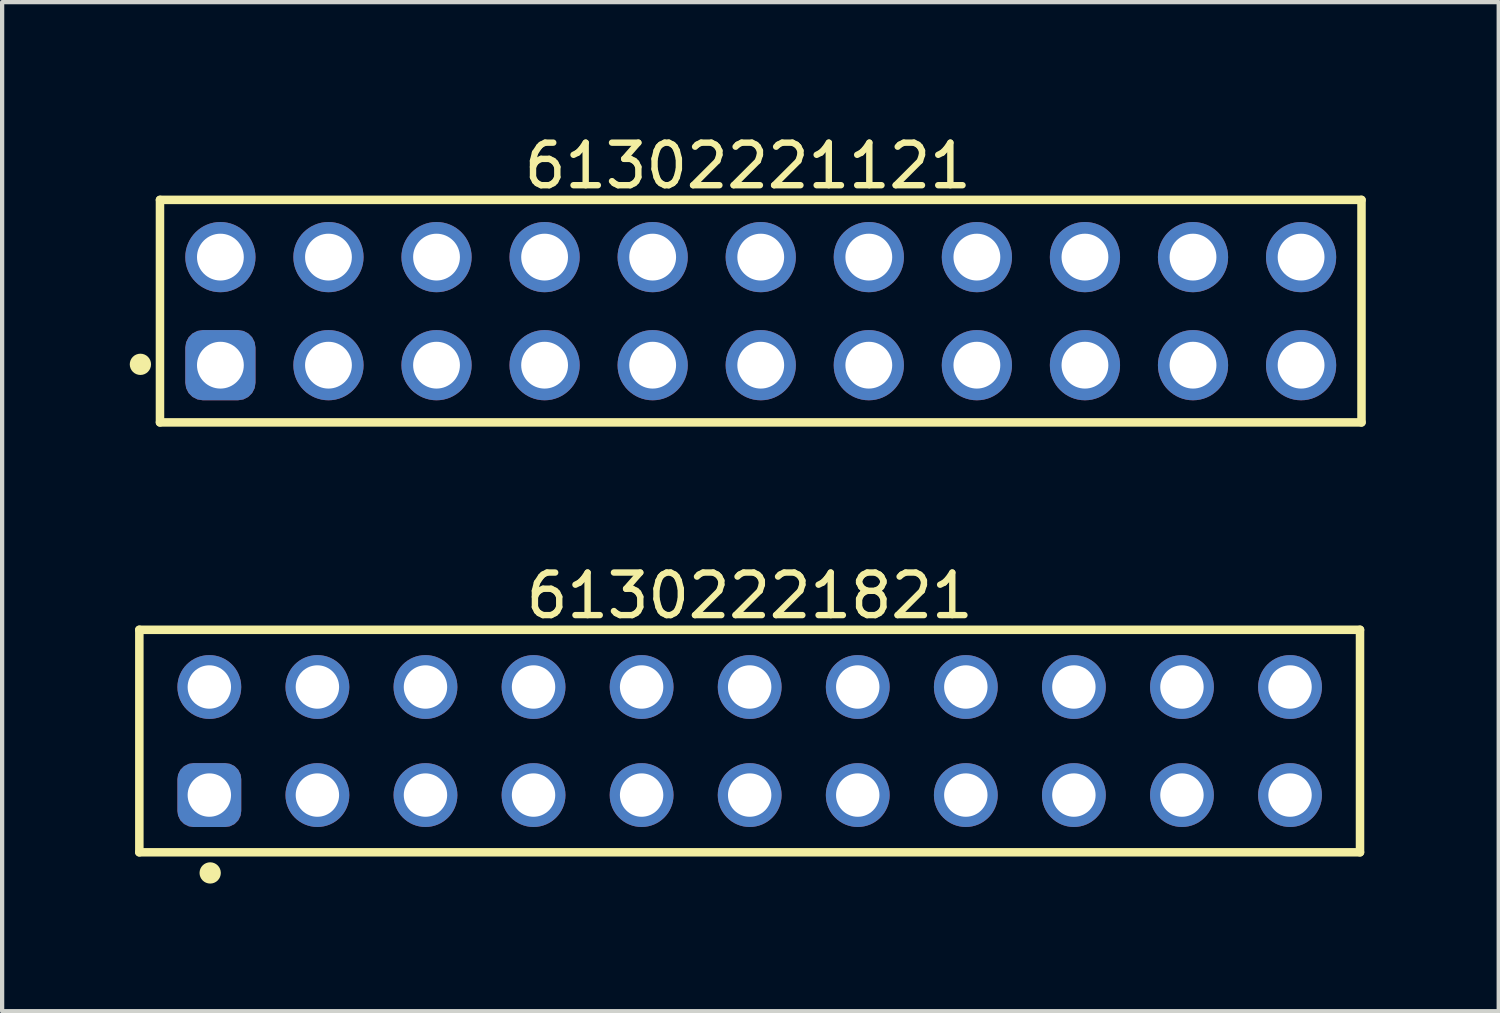
<source format=kicad_pcb>
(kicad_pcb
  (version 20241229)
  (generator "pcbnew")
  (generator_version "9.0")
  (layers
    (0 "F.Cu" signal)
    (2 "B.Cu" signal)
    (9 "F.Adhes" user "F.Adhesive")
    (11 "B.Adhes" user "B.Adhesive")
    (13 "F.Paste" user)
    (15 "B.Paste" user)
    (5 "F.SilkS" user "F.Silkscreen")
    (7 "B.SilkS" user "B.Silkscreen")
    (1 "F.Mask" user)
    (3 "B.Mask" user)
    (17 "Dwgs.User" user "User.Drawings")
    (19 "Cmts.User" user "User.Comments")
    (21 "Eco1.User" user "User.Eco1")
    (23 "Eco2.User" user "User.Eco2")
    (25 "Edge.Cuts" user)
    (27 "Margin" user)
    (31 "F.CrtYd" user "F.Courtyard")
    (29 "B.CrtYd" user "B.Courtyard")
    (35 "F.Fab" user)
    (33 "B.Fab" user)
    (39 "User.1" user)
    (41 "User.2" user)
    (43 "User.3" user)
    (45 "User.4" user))
  (footprint "61302221821"
    (layer "F.Cu")
    (at 14.57 14.367)
    (property "Reference" "61302221821" (at 0 -3.415 0) (layer "F.SilkS") (effects (font (size 1 1) (thickness 0.15))))
    (fp_line (start -14.345 -2.615) (end 14.345 -2.615) (stroke (width 0.2) (type solid)) (layer "F.SilkS"))
    (fp_line (start -14.345 2.615) (end -14.345 -2.615) (stroke (width 0.2) (type solid)) (layer "F.SilkS"))
    (fp_line (start -14.345 2.615) (end 14.345 2.615) (stroke (width 0.2) (type solid)) (layer "F.SilkS"))
    (fp_line (start 14.345 2.615) (end 14.345 -2.615) (stroke (width 0.2) (type solid)) (layer "F.SilkS"))
    (fp_circle (center -12.68 3.1) (end -12.68 2.975) (stroke (width 0.25) (type solid)) (fill no) (layer "F.SilkS"))
    (fp_line (start -14.545 -2.815) (end 14.545 -2.815) (stroke (width 0.05) (type solid)) (layer "Eco2.User"))
    (fp_line (start -14.545 2.815) (end -14.545 -2.815) (stroke (width 0.05) (type solid)) (layer "Eco2.User"))
    (fp_line (start -14.545 2.815) (end 14.545 2.815) (stroke (width 0.05) (type solid)) (layer "Eco2.User"))
    (fp_line (start -14.22 -2.54) (end 14.22 -2.54) (stroke (width 0.1) (type solid)) (layer "Eco2.User"))
    (fp_line (start -14.22 2.54) (end -14.22 -2.54) (stroke (width 0.1) (type solid)) (layer "Eco2.User"))
    (fp_line (start -14.22 2.54) (end 14.22 2.54) (stroke (width 0.1) (type solid)) (layer "Eco2.User"))
    (fp_line (start -0.5 0) (end 0.5 0) (stroke (width 0.05) (type solid)) (layer "Eco2.User"))
    (fp_line (start 0 0.5) (end 0 -0.5) (stroke (width 0.05) (type solid)) (layer "Eco2.User"))
    (fp_line (start 14.22 2.54) (end 14.22 -2.54) (stroke (width 0.1) (type solid)) (layer "Eco2.User"))
    (fp_line (start 14.545 2.815) (end 14.545 -2.815) (stroke (width 0.05) (type solid)) (layer "Eco2.User"))
    (fp_text user "${REFERENCE}" (at 0.15 -0.197 0) (unlocked yes) (layer "User.3") (effects (font (size 1.5 1.5) (thickness 0.15))))
    (pad "1" thru_hole roundrect (at -12.7 1.27) (size 1.5 1.5) (drill 1.02) (layers "*.Cu" "*.Mask") (roundrect_rratio 0.25))
    (pad "2" thru_hole circle (at -12.7 -1.27) (size 1.5 1.5) (drill 1.02) (layers "*.Cu" "*.Mask"))
    (pad "3" thru_hole circle (at -10.16 1.27) (size 1.5 1.5) (drill 1.02) (layers "*.Cu" "*.Mask"))
    (pad "4" thru_hole circle (at -10.16 -1.27) (size 1.5 1.5) (drill 1.02) (layers "*.Cu" "*.Mask"))
    (pad "5" thru_hole circle (at -7.62 1.27) (size 1.5 1.5) (drill 1.02) (layers "*.Cu" "*.Mask"))
    (pad "6" thru_hole circle (at -7.62 -1.27) (size 1.5 1.5) (drill 1.02) (layers "*.Cu" "*.Mask"))
    (pad "7" thru_hole circle (at -5.08 1.27) (size 1.5 1.5) (drill 1.02) (layers "*.Cu" "*.Mask"))
    (pad "8" thru_hole circle (at -5.08 -1.27) (size 1.5 1.5) (drill 1.02) (layers "*.Cu" "*.Mask"))
    (pad "9" thru_hole circle (at -2.54 1.27) (size 1.5 1.5) (drill 1.02) (layers "*.Cu" "*.Mask"))
    (pad "10" thru_hole circle (at -2.54 -1.27) (size 1.5 1.5) (drill 1.02) (layers "*.Cu" "*.Mask"))
    (pad "11" thru_hole circle (at 0 1.27) (size 1.5 1.5) (drill 1.02) (layers "*.Cu" "*.Mask"))
    (pad "12" thru_hole circle (at 0 -1.27) (size 1.5 1.5) (drill 1.02) (layers "*.Cu" "*.Mask"))
    (pad "13" thru_hole circle (at 2.54 1.27) (size 1.5 1.5) (drill 1.02) (layers "*.Cu" "*.Mask"))
    (pad "14" thru_hole circle (at 2.54 -1.27) (size 1.5 1.5) (drill 1.02) (layers "*.Cu" "*.Mask"))
    (pad "15" thru_hole circle (at 5.08 1.27) (size 1.5 1.5) (drill 1.02) (layers "*.Cu" "*.Mask"))
    (pad "16" thru_hole circle (at 5.08 -1.27) (size 1.5 1.5) (drill 1.02) (layers "*.Cu" "*.Mask"))
    (pad "17" thru_hole circle (at 7.62 1.27) (size 1.5 1.5) (drill 1.02) (layers "*.Cu" "*.Mask"))
    (pad "18" thru_hole circle (at 7.62 -1.27) (size 1.5 1.5) (drill 1.02) (layers "*.Cu" "*.Mask"))
    (pad "19" thru_hole circle (at 10.16 1.27) (size 1.5 1.5) (drill 1.02) (layers "*.Cu" "*.Mask"))
    (pad "20" thru_hole circle (at 10.16 -1.27) (size 1.5 1.5) (drill 1.02) (layers "*.Cu" "*.Mask"))
    (pad "21" thru_hole circle (at 12.7 1.27) (size 1.5 1.5) (drill 1.02) (layers "*.Cu" "*.Mask"))
    (pad "22" thru_hole circle (at 12.7 -1.27) (size 1.5 1.5) (drill 1.02) (layers "*.Cu" "*.Mask")))
  (footprint "61302221121"
    (layer "F.Cu")
    (at 14.83 4.263)
    (property "Reference" "61302221121" (at -0.305 -3.415 0) (layer "F.SilkS") (effects (font (size 1 1) (thickness 0.15))))
    (fp_line (start -14.12 -2.615) (end 14.12 -2.615) (stroke (width 0.2) (type solid)) (layer "F.SilkS"))
    (fp_line (start -14.12 2.615) (end -14.12 -2.615) (stroke (width 0.2) (type solid)) (layer "F.SilkS"))
    (fp_line (start -14.12 2.615) (end 14.12 2.615) (stroke (width 0.2) (type solid)) (layer "F.SilkS"))
    (fp_line (start 14.12 2.615) (end 14.12 -2.615) (stroke (width 0.2) (type solid)) (layer "F.SilkS"))
    (fp_circle (center -14.58 1.25) (end -14.58 1.125) (stroke (width 0.25) (type solid)) (fill no) (layer "F.SilkS"))
    (fp_line (start -14.32 -2.815) (end 14.32 -2.815) (stroke (width 0.05) (type solid)) (layer "Eco2.User"))
    (fp_line (start -14.32 2.815) (end -14.32 -2.815) (stroke (width 0.05) (type solid)) (layer "Eco2.User"))
    (fp_line (start -14.32 2.815) (end 14.32 2.815) (stroke (width 0.05) (type solid)) (layer "Eco2.User"))
    (fp_line (start -13.97 -2.54) (end 13.97 -2.54) (stroke (width 0.1) (type solid)) (layer "Eco2.User"))
    (fp_line (start -13.97 2.54) (end -13.97 -2.54) (stroke (width 0.1) (type solid)) (layer "Eco2.User"))
    (fp_line (start -13.97 2.54) (end 13.97 2.54) (stroke (width 0.1) (type solid)) (layer "Eco2.User"))
    (fp_line (start -0.5 0) (end 0.5 0) (stroke (width 0.05) (type solid)) (layer "Eco2.User"))
    (fp_line (start 0 0.5) (end 0 -0.5) (stroke (width 0.05) (type solid)) (layer "Eco2.User"))
    (fp_line (start 13.97 2.54) (end 13.97 -2.54) (stroke (width 0.1) (type solid)) (layer "Eco2.User"))
    (fp_line (start 14.32 2.815) (end 14.32 -2.815) (stroke (width 0.05) (type solid)) (layer "Eco2.User"))
    (fp_text user "${REFERENCE}" (at 0.15 -0.197 0) (unlocked yes) (layer "User.3") (effects (font (size 1.5 1.5) (thickness 0.15))))
    (pad "1" thru_hole roundrect (at -12.7 1.27) (size 1.65 1.65) (drill 1.1) (layers "*.Cu" "*.Mask") (roundrect_rratio 0.25))
    (pad "2" thru_hole circle (at -12.7 -1.27) (size 1.65 1.65) (drill 1.1) (layers "*.Cu" "*.Mask"))
    (pad "3" thru_hole circle (at -10.16 1.27) (size 1.65 1.65) (drill 1.1) (layers "*.Cu" "*.Mask"))
    (pad "4" thru_hole circle (at -10.16 -1.27) (size 1.65 1.65) (drill 1.1) (layers "*.Cu" "*.Mask"))
    (pad "5" thru_hole circle (at -7.62 1.27) (size 1.65 1.65) (drill 1.1) (layers "*.Cu" "*.Mask"))
    (pad "6" thru_hole circle (at -7.62 -1.27) (size 1.65 1.65) (drill 1.1) (layers "*.Cu" "*.Mask"))
    (pad "7" thru_hole circle (at -5.08 1.27) (size 1.65 1.65) (drill 1.1) (layers "*.Cu" "*.Mask"))
    (pad "8" thru_hole circle (at -5.08 -1.27) (size 1.65 1.65) (drill 1.1) (layers "*.Cu" "*.Mask"))
    (pad "9" thru_hole circle (at -2.54 1.27) (size 1.65 1.65) (drill 1.1) (layers "*.Cu" "*.Mask"))
    (pad "10" thru_hole circle (at -2.54 -1.27) (size 1.65 1.65) (drill 1.1) (layers "*.Cu" "*.Mask"))
    (pad "11" thru_hole circle (at 0 1.27) (size 1.65 1.65) (drill 1.1) (layers "*.Cu" "*.Mask"))
    (pad "12" thru_hole circle (at 0 -1.27) (size 1.65 1.65) (drill 1.1) (layers "*.Cu" "*.Mask"))
    (pad "13" thru_hole circle (at 2.54 1.27) (size 1.65 1.65) (drill 1.1) (layers "*.Cu" "*.Mask"))
    (pad "14" thru_hole circle (at 2.54 -1.27) (size 1.65 1.65) (drill 1.1) (layers "*.Cu" "*.Mask"))
    (pad "15" thru_hole circle (at 5.08 1.27) (size 1.65 1.65) (drill 1.1) (layers "*.Cu" "*.Mask"))
    (pad "16" thru_hole circle (at 5.08 -1.27) (size 1.65 1.65) (drill 1.1) (layers "*.Cu" "*.Mask"))
    (pad "17" thru_hole circle (at 7.62 1.27) (size 1.65 1.65) (drill 1.1) (layers "*.Cu" "*.Mask"))
    (pad "18" thru_hole circle (at 7.62 -1.27) (size 1.65 1.65) (drill 1.1) (layers "*.Cu" "*.Mask"))
    (pad "19" thru_hole circle (at 10.16 1.27) (size 1.65 1.65) (drill 1.1) (layers "*.Cu" "*.Mask"))
    (pad "20" thru_hole circle (at 10.16 -1.27) (size 1.65 1.65) (drill 1.1) (layers "*.Cu" "*.Mask"))
    (pad "21" thru_hole circle (at 12.7 1.27) (size 1.65 1.65) (drill 1.1) (layers "*.Cu" "*.Mask"))
    (pad "22" thru_hole circle (at 12.7 -1.27) (size 1.65 1.65) (drill 1.1) (layers "*.Cu" "*.Mask")))
  (gr_rect
    (start -3 -3)
    (end 32.175 20.716)
    (stroke (width 0.1) (type default))
    (fill no)
    (layer "Edge.Cuts")))
</source>
